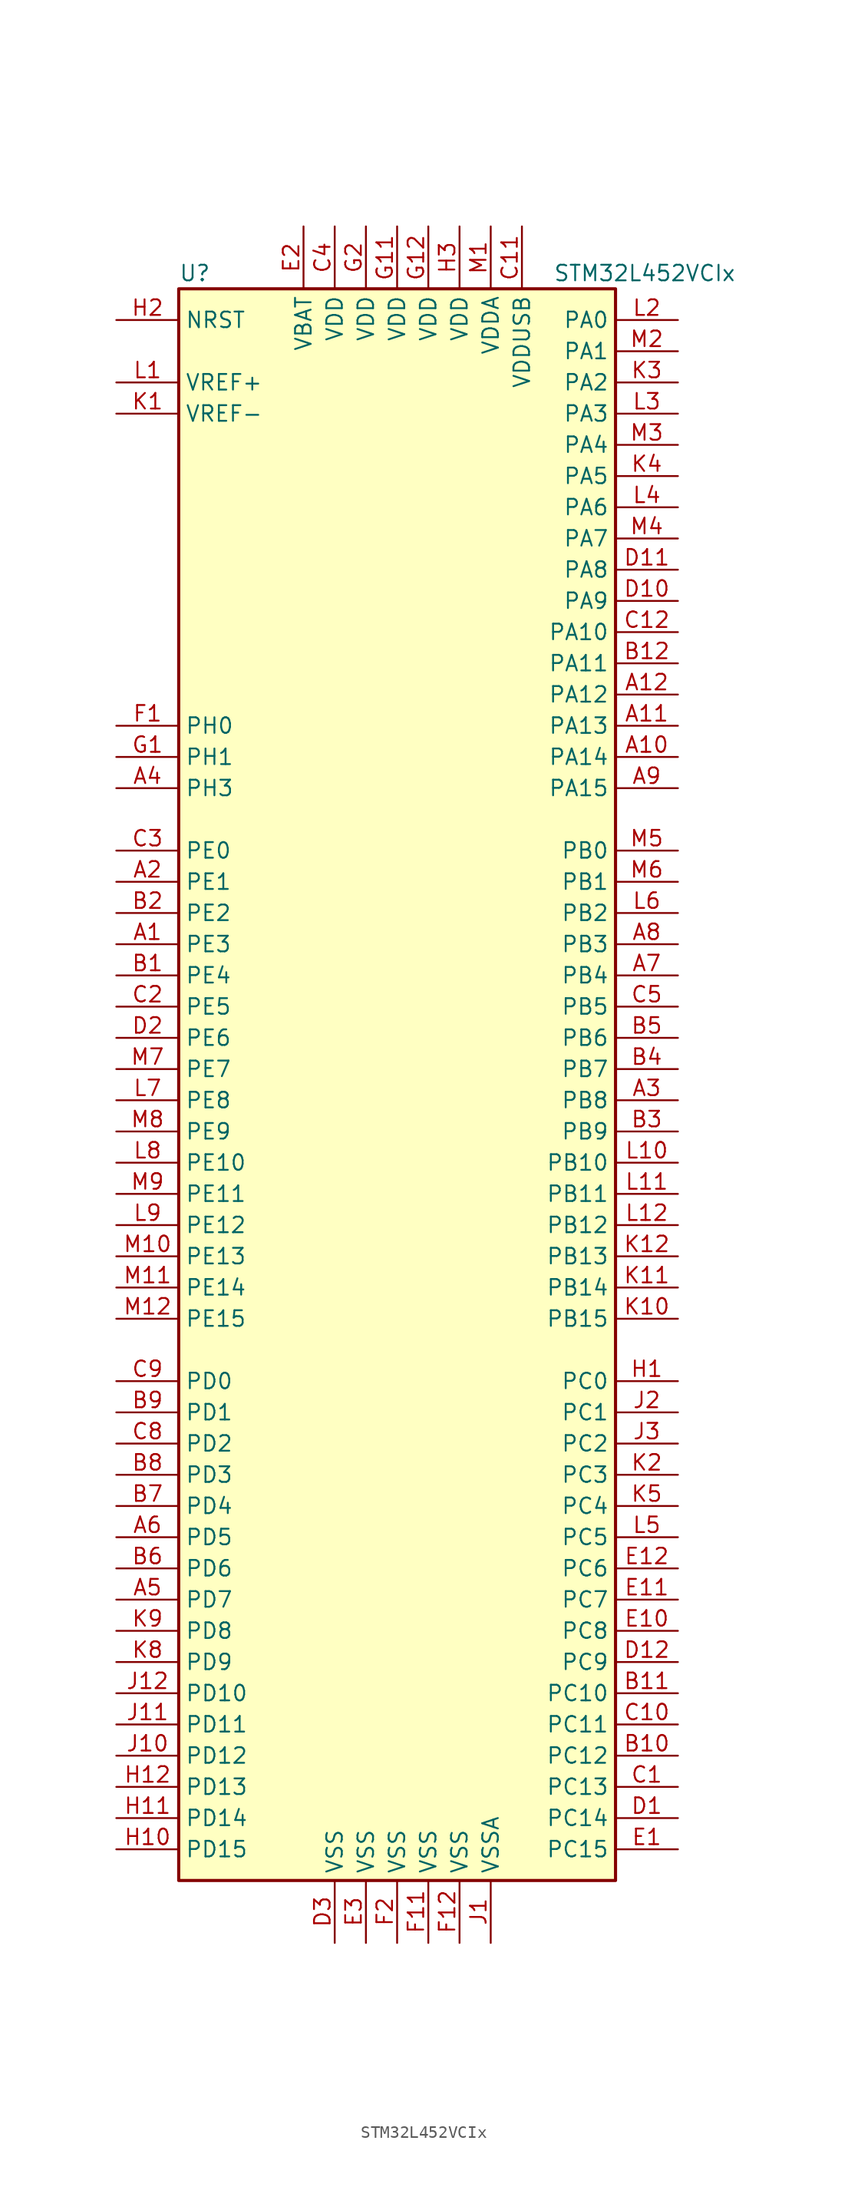
<source format=kicad_sym>
(kicad_symbol_lib
  (version 20211014)
  (generator kicad_symbol_editor)
  (symbol "STM32L452VCIx"
    (property "Reference" "U"
      (at -17.78 64.77 0)
      (effects (font (size 1.27 1.27)) (justify left)))
    (property "Value" "STM32L452VCIx"
      (at 12.7 64.77 0)
      (effects (font (size 1.27 1.27)) (justify left)))
    (symbol "STM32L452VCIx_0_1"
      (rectangle (start -17.78 -66.04) (end 17.78 63.5) (stroke (width 0.254) (type default) (color 0 0 0 0)) (fill (type background))))
    (symbol "STM32L452VCIx_1_1"
      (pin bidirectional line (at -22.86 10.16 0) (length 5.08) (name "PE3" (effects (font (size 1.27 1.27)))) (number "A1" (effects (font (size 1.27 1.27)))))
      (pin bidirectional line (at 22.86 25.4 180) (length 5.08) (name "PA14" (effects (font (size 1.27 1.27)))) (number "A10" (effects (font (size 1.27 1.27)))))
      (pin bidirectional line (at 22.86 27.94 180) (length 5.08) (name "PA13" (effects (font (size 1.27 1.27)))) (number "A11" (effects (font (size 1.27 1.27)))))
      (pin bidirectional line (at 22.86 30.48 180) (length 5.08) (name "PA12" (effects (font (size 1.27 1.27)))) (number "A12" (effects (font (size 1.27 1.27)))))
      (pin bidirectional line (at -22.86 15.24 0) (length 5.08) (name "PE1" (effects (font (size 1.27 1.27)))) (number "A2" (effects (font (size 1.27 1.27)))))
      (pin bidirectional line (at 22.86 -2.54 180) (length 5.08) (name "PB8" (effects (font (size 1.27 1.27)))) (number "A3" (effects (font (size 1.27 1.27)))))
      (pin bidirectional line (at -22.86 22.86 0) (length 5.08) (name "PH3" (effects (font (size 1.27 1.27)))) (number "A4" (effects (font (size 1.27 1.27)))))
      (pin bidirectional line (at -22.86 -43.18 0) (length 5.08) (name "PD7" (effects (font (size 1.27 1.27)))) (number "A5" (effects (font (size 1.27 1.27)))))
      (pin bidirectional line (at -22.86 -38.1 0) (length 5.08) (name "PD5" (effects (font (size 1.27 1.27)))) (number "A6" (effects (font (size 1.27 1.27)))))
      (pin bidirectional line (at 22.86 7.62 180) (length 5.08) (name "PB4" (effects (font (size 1.27 1.27)))) (number "A7" (effects (font (size 1.27 1.27)))))
      (pin bidirectional line (at 22.86 10.16 180) (length 5.08) (name "PB3" (effects (font (size 1.27 1.27)))) (number "A8" (effects (font (size 1.27 1.27)))))
      (pin bidirectional line (at 22.86 22.86 180) (length 5.08) (name "PA15" (effects (font (size 1.27 1.27)))) (number "A9" (effects (font (size 1.27 1.27)))))
      (pin bidirectional line (at -22.86 7.62 0) (length 5.08) (name "PE4" (effects (font (size 1.27 1.27)))) (number "B1" (effects (font (size 1.27 1.27)))))
      (pin bidirectional line (at 22.86 -55.88 180) (length 5.08) (name "PC12" (effects (font (size 1.27 1.27)))) (number "B10" (effects (font (size 1.27 1.27)))))
      (pin bidirectional line (at 22.86 -50.8 180) (length 5.08) (name "PC10" (effects (font (size 1.27 1.27)))) (number "B11" (effects (font (size 1.27 1.27)))))
      (pin bidirectional line (at 22.86 33.02 180) (length 5.08) (name "PA11" (effects (font (size 1.27 1.27)))) (number "B12" (effects (font (size 1.27 1.27)))))
      (pin bidirectional line (at -22.86 12.7 0) (length 5.08) (name "PE2" (effects (font (size 1.27 1.27)))) (number "B2" (effects (font (size 1.27 1.27)))))
      (pin bidirectional line (at 22.86 -5.08 180) (length 5.08) (name "PB9" (effects (font (size 1.27 1.27)))) (number "B3" (effects (font (size 1.27 1.27)))))
      (pin bidirectional line (at 22.86 0 180) (length 5.08) (name "PB7" (effects (font (size 1.27 1.27)))) (number "B4" (effects (font (size 1.27 1.27)))))
      (pin bidirectional line (at 22.86 2.54 180) (length 5.08) (name "PB6" (effects (font (size 1.27 1.27)))) (number "B5" (effects (font (size 1.27 1.27)))))
      (pin bidirectional line (at -22.86 -40.64 0) (length 5.08) (name "PD6" (effects (font (size 1.27 1.27)))) (number "B6" (effects (font (size 1.27 1.27)))))
      (pin bidirectional line (at -22.86 -35.56 0) (length 5.08) (name "PD4" (effects (font (size 1.27 1.27)))) (number "B7" (effects (font (size 1.27 1.27)))))
      (pin bidirectional line (at -22.86 -33.02 0) (length 5.08) (name "PD3" (effects (font (size 1.27 1.27)))) (number "B8" (effects (font (size 1.27 1.27)))))
      (pin bidirectional line (at -22.86 -27.94 0) (length 5.08) (name "PD1" (effects (font (size 1.27 1.27)))) (number "B9" (effects (font (size 1.27 1.27)))))
      (pin bidirectional line (at 22.86 -58.42 180) (length 5.08) (name "PC13" (effects (font (size 1.27 1.27)))) (number "C1" (effects (font (size 1.27 1.27)))))
      (pin bidirectional line (at 22.86 -53.34 180) (length 5.08) (name "PC11" (effects (font (size 1.27 1.27)))) (number "C10" (effects (font (size 1.27 1.27)))))
      (pin power_in line (at 10.16 68.58 270) (length 5.08) (name "VDDUSB" (effects (font (size 1.27 1.27)))) (number "C11" (effects (font (size 1.27 1.27)))))
      (pin bidirectional line (at 22.86 35.56 180) (length 5.08) (name "PA10" (effects (font (size 1.27 1.27)))) (number "C12" (effects (font (size 1.27 1.27)))))
      (pin bidirectional line (at -22.86 5.08 0) (length 5.08) (name "PE5" (effects (font (size 1.27 1.27)))) (number "C2" (effects (font (size 1.27 1.27)))))
      (pin bidirectional line (at -22.86 17.78 0) (length 5.08) (name "PE0" (effects (font (size 1.27 1.27)))) (number "C3" (effects (font (size 1.27 1.27)))))
      (pin power_in line (at -5.08 68.58 270) (length 5.08) (name "VDD" (effects (font (size 1.27 1.27)))) (number "C4" (effects (font (size 1.27 1.27)))))
      (pin bidirectional line (at 22.86 5.08 180) (length 5.08) (name "PB5" (effects (font (size 1.27 1.27)))) (number "C5" (effects (font (size 1.27 1.27)))))
      (pin bidirectional line (at -22.86 -30.48 0) (length 5.08) (name "PD2" (effects (font (size 1.27 1.27)))) (number "C8" (effects (font (size 1.27 1.27)))))
      (pin bidirectional line (at -22.86 -25.4 0) (length 5.08) (name "PD0" (effects (font (size 1.27 1.27)))) (number "C9" (effects (font (size 1.27 1.27)))))
      (pin bidirectional line (at 22.86 -60.96 180) (length 5.08) (name "PC14" (effects (font (size 1.27 1.27)))) (number "D1" (effects (font (size 1.27 1.27)))))
      (pin bidirectional line (at 22.86 38.1 180) (length 5.08) (name "PA9" (effects (font (size 1.27 1.27)))) (number "D10" (effects (font (size 1.27 1.27)))))
      (pin bidirectional line (at 22.86 40.64 180) (length 5.08) (name "PA8" (effects (font (size 1.27 1.27)))) (number "D11" (effects (font (size 1.27 1.27)))))
      (pin bidirectional line (at 22.86 -48.26 180) (length 5.08) (name "PC9" (effects (font (size 1.27 1.27)))) (number "D12" (effects (font (size 1.27 1.27)))))
      (pin bidirectional line (at -22.86 2.54 0) (length 5.08) (name "PE6" (effects (font (size 1.27 1.27)))) (number "D2" (effects (font (size 1.27 1.27)))))
      (pin power_in line (at -5.08 -71.12 90) (length 5.08) (name "VSS" (effects (font (size 1.27 1.27)))) (number "D3" (effects (font (size 1.27 1.27)))))
      (pin bidirectional line (at 22.86 -63.5 180) (length 5.08) (name "PC15" (effects (font (size 1.27 1.27)))) (number "E1" (effects (font (size 1.27 1.27)))))
      (pin bidirectional line (at 22.86 -45.72 180) (length 5.08) (name "PC8" (effects (font (size 1.27 1.27)))) (number "E10" (effects (font (size 1.27 1.27)))))
      (pin bidirectional line (at 22.86 -43.18 180) (length 5.08) (name "PC7" (effects (font (size 1.27 1.27)))) (number "E11" (effects (font (size 1.27 1.27)))))
      (pin bidirectional line (at 22.86 -40.64 180) (length 5.08) (name "PC6" (effects (font (size 1.27 1.27)))) (number "E12" (effects (font (size 1.27 1.27)))))
      (pin power_in line (at -7.62 68.58 270) (length 5.08) (name "VBAT" (effects (font (size 1.27 1.27)))) (number "E2" (effects (font (size 1.27 1.27)))))
      (pin power_in line (at -2.54 -71.12 90) (length 5.08) (name "VSS" (effects (font (size 1.27 1.27)))) (number "E3" (effects (font (size 1.27 1.27)))))
      (pin input line (at -22.86 27.94 0) (length 5.08) (name "PH0" (effects (font (size 1.27 1.27)))) (number "F1" (effects (font (size 1.27 1.27)))))
      (pin power_in line (at 2.54 -71.12 90) (length 5.08) (name "VSS" (effects (font (size 1.27 1.27)))) (number "F11" (effects (font (size 1.27 1.27)))))
      (pin power_in line (at 5.08 -71.12 90) (length 5.08) (name "VSS" (effects (font (size 1.27 1.27)))) (number "F12" (effects (font (size 1.27 1.27)))))
      (pin power_in line (at 0 -71.12 90) (length 5.08) (name "VSS" (effects (font (size 1.27 1.27)))) (number "F2" (effects (font (size 1.27 1.27)))))
      (pin input line (at -22.86 25.4 0) (length 5.08) (name "PH1" (effects (font (size 1.27 1.27)))) (number "G1" (effects (font (size 1.27 1.27)))))
      (pin power_in line (at 0 68.58 270) (length 5.08) (name "VDD" (effects (font (size 1.27 1.27)))) (number "G11" (effects (font (size 1.27 1.27)))))
      (pin power_in line (at 2.54 68.58 270) (length 5.08) (name "VDD" (effects (font (size 1.27 1.27)))) (number "G12" (effects (font (size 1.27 1.27)))))
      (pin power_in line (at -2.54 68.58 270) (length 5.08) (name "VDD" (effects (font (size 1.27 1.27)))) (number "G2" (effects (font (size 1.27 1.27)))))
      (pin bidirectional line (at 22.86 -25.4 180) (length 5.08) (name "PC0" (effects (font (size 1.27 1.27)))) (number "H1" (effects (font (size 1.27 1.27)))))
      (pin bidirectional line (at -22.86 -63.5 0) (length 5.08) (name "PD15" (effects (font (size 1.27 1.27)))) (number "H10" (effects (font (size 1.27 1.27)))))
      (pin bidirectional line (at -22.86 -60.96 0) (length 5.08) (name "PD14" (effects (font (size 1.27 1.27)))) (number "H11" (effects (font (size 1.27 1.27)))))
      (pin bidirectional line (at -22.86 -58.42 0) (length 5.08) (name "PD13" (effects (font (size 1.27 1.27)))) (number "H12" (effects (font (size 1.27 1.27)))))
      (pin input line (at -22.86 60.96 0) (length 5.08) (name "NRST" (effects (font (size 1.27 1.27)))) (number "H2" (effects (font (size 1.27 1.27)))))
      (pin power_in line (at 5.08 68.58 270) (length 5.08) (name "VDD" (effects (font (size 1.27 1.27)))) (number "H3" (effects (font (size 1.27 1.27)))))
      (pin power_in line (at 7.62 -71.12 90) (length 5.08) (name "VSSA" (effects (font (size 1.27 1.27)))) (number "J1" (effects (font (size 1.27 1.27)))))
      (pin bidirectional line (at -22.86 -55.88 0) (length 5.08) (name "PD12" (effects (font (size 1.27 1.27)))) (number "J10" (effects (font (size 1.27 1.27)))))
      (pin bidirectional line (at -22.86 -53.34 0) (length 5.08) (name "PD11" (effects (font (size 1.27 1.27)))) (number "J11" (effects (font (size 1.27 1.27)))))
      (pin bidirectional line (at -22.86 -50.8 0) (length 5.08) (name "PD10" (effects (font (size 1.27 1.27)))) (number "J12" (effects (font (size 1.27 1.27)))))
      (pin bidirectional line (at 22.86 -27.94 180) (length 5.08) (name "PC1" (effects (font (size 1.27 1.27)))) (number "J2" (effects (font (size 1.27 1.27)))))
      (pin bidirectional line (at 22.86 -30.48 180) (length 5.08) (name "PC2" (effects (font (size 1.27 1.27)))) (number "J3" (effects (font (size 1.27 1.27)))))
      (pin power_in line (at -22.86 53.34 0) (length 5.08) (name "VREF-" (effects (font (size 1.27 1.27)))) (number "K1" (effects (font (size 1.27 1.27)))))
      (pin bidirectional line (at 22.86 -20.32 180) (length 5.08) (name "PB15" (effects (font (size 1.27 1.27)))) (number "K10" (effects (font (size 1.27 1.27)))))
      (pin bidirectional line (at 22.86 -17.78 180) (length 5.08) (name "PB14" (effects (font (size 1.27 1.27)))) (number "K11" (effects (font (size 1.27 1.27)))))
      (pin bidirectional line (at 22.86 -15.24 180) (length 5.08) (name "PB13" (effects (font (size 1.27 1.27)))) (number "K12" (effects (font (size 1.27 1.27)))))
      (pin bidirectional line (at 22.86 -33.02 180) (length 5.08) (name "PC3" (effects (font (size 1.27 1.27)))) (number "K2" (effects (font (size 1.27 1.27)))))
      (pin bidirectional line (at 22.86 55.88 180) (length 5.08) (name "PA2" (effects (font (size 1.27 1.27)))) (number "K3" (effects (font (size 1.27 1.27)))))
      (pin bidirectional line (at 22.86 48.26 180) (length 5.08) (name "PA5" (effects (font (size 1.27 1.27)))) (number "K4" (effects (font (size 1.27 1.27)))))
      (pin bidirectional line (at 22.86 -35.56 180) (length 5.08) (name "PC4" (effects (font (size 1.27 1.27)))) (number "K5" (effects (font (size 1.27 1.27)))))
      (pin bidirectional line (at -22.86 -48.26 0) (length 5.08) (name "PD9" (effects (font (size 1.27 1.27)))) (number "K8" (effects (font (size 1.27 1.27)))))
      (pin bidirectional line (at -22.86 -45.72 0) (length 5.08) (name "PD8" (effects (font (size 1.27 1.27)))) (number "K9" (effects (font (size 1.27 1.27)))))
      (pin bidirectional line (at -22.86 55.88 0) (length 5.08) (name "VREF+" (effects (font (size 1.27 1.27)))) (number "L1" (effects (font (size 1.27 1.27)))))
      (pin bidirectional line (at 22.86 -7.62 180) (length 5.08) (name "PB10" (effects (font (size 1.27 1.27)))) (number "L10" (effects (font (size 1.27 1.27)))))
      (pin bidirectional line (at 22.86 -10.16 180) (length 5.08) (name "PB11" (effects (font (size 1.27 1.27)))) (number "L11" (effects (font (size 1.27 1.27)))))
      (pin bidirectional line (at 22.86 -12.7 180) (length 5.08) (name "PB12" (effects (font (size 1.27 1.27)))) (number "L12" (effects (font (size 1.27 1.27)))))
      (pin bidirectional line (at 22.86 60.96 180) (length 5.08) (name "PA0" (effects (font (size 1.27 1.27)))) (number "L2" (effects (font (size 1.27 1.27)))))
      (pin bidirectional line (at 22.86 53.34 180) (length 5.08) (name "PA3" (effects (font (size 1.27 1.27)))) (number "L3" (effects (font (size 1.27 1.27)))))
      (pin bidirectional line (at 22.86 45.72 180) (length 5.08) (name "PA6" (effects (font (size 1.27 1.27)))) (number "L4" (effects (font (size 1.27 1.27)))))
      (pin bidirectional line (at 22.86 -38.1 180) (length 5.08) (name "PC5" (effects (font (size 1.27 1.27)))) (number "L5" (effects (font (size 1.27 1.27)))))
      (pin bidirectional line (at 22.86 12.7 180) (length 5.08) (name "PB2" (effects (font (size 1.27 1.27)))) (number "L6" (effects (font (size 1.27 1.27)))))
      (pin bidirectional line (at -22.86 -2.54 0) (length 5.08) (name "PE8" (effects (font (size 1.27 1.27)))) (number "L7" (effects (font (size 1.27 1.27)))))
      (pin bidirectional line (at -22.86 -7.62 0) (length 5.08) (name "PE10" (effects (font (size 1.27 1.27)))) (number "L8" (effects (font (size 1.27 1.27)))))
      (pin bidirectional line (at -22.86 -12.7 0) (length 5.08) (name "PE12" (effects (font (size 1.27 1.27)))) (number "L9" (effects (font (size 1.27 1.27)))))
      (pin power_in line (at 7.62 68.58 270) (length 5.08) (name "VDDA" (effects (font (size 1.27 1.27)))) (number "M1" (effects (font (size 1.27 1.27)))))
      (pin bidirectional line (at -22.86 -15.24 0) (length 5.08) (name "PE13" (effects (font (size 1.27 1.27)))) (number "M10" (effects (font (size 1.27 1.27)))))
      (pin bidirectional line (at -22.86 -17.78 0) (length 5.08) (name "PE14" (effects (font (size 1.27 1.27)))) (number "M11" (effects (font (size 1.27 1.27)))))
      (pin bidirectional line (at -22.86 -20.32 0) (length 5.08) (name "PE15" (effects (font (size 1.27 1.27)))) (number "M12" (effects (font (size 1.27 1.27)))))
      (pin bidirectional line (at 22.86 58.42 180) (length 5.08) (name "PA1" (effects (font (size 1.27 1.27)))) (number "M2" (effects (font (size 1.27 1.27)))))
      (pin bidirectional line (at 22.86 50.8 180) (length 5.08) (name "PA4" (effects (font (size 1.27 1.27)))) (number "M3" (effects (font (size 1.27 1.27)))))
      (pin bidirectional line (at 22.86 43.18 180) (length 5.08) (name "PA7" (effects (font (size 1.27 1.27)))) (number "M4" (effects (font (size 1.27 1.27)))))
      (pin bidirectional line (at 22.86 17.78 180) (length 5.08) (name "PB0" (effects (font (size 1.27 1.27)))) (number "M5" (effects (font (size 1.27 1.27)))))
      (pin bidirectional line (at 22.86 15.24 180) (length 5.08) (name "PB1" (effects (font (size 1.27 1.27)))) (number "M6" (effects (font (size 1.27 1.27)))))
      (pin bidirectional line (at -22.86 0 0) (length 5.08) (name "PE7" (effects (font (size 1.27 1.27)))) (number "M7" (effects (font (size 1.27 1.27)))))
      (pin bidirectional line (at -22.86 -5.08 0) (length 5.08) (name "PE9" (effects (font (size 1.27 1.27)))) (number "M8" (effects (font (size 1.27 1.27)))))
      (pin bidirectional line (at -22.86 -10.16 0) (length 5.08) (name "PE11" (effects (font (size 1.27 1.27)))) (number "M9" (effects (font (size 1.27 1.27))))))))
</source>
